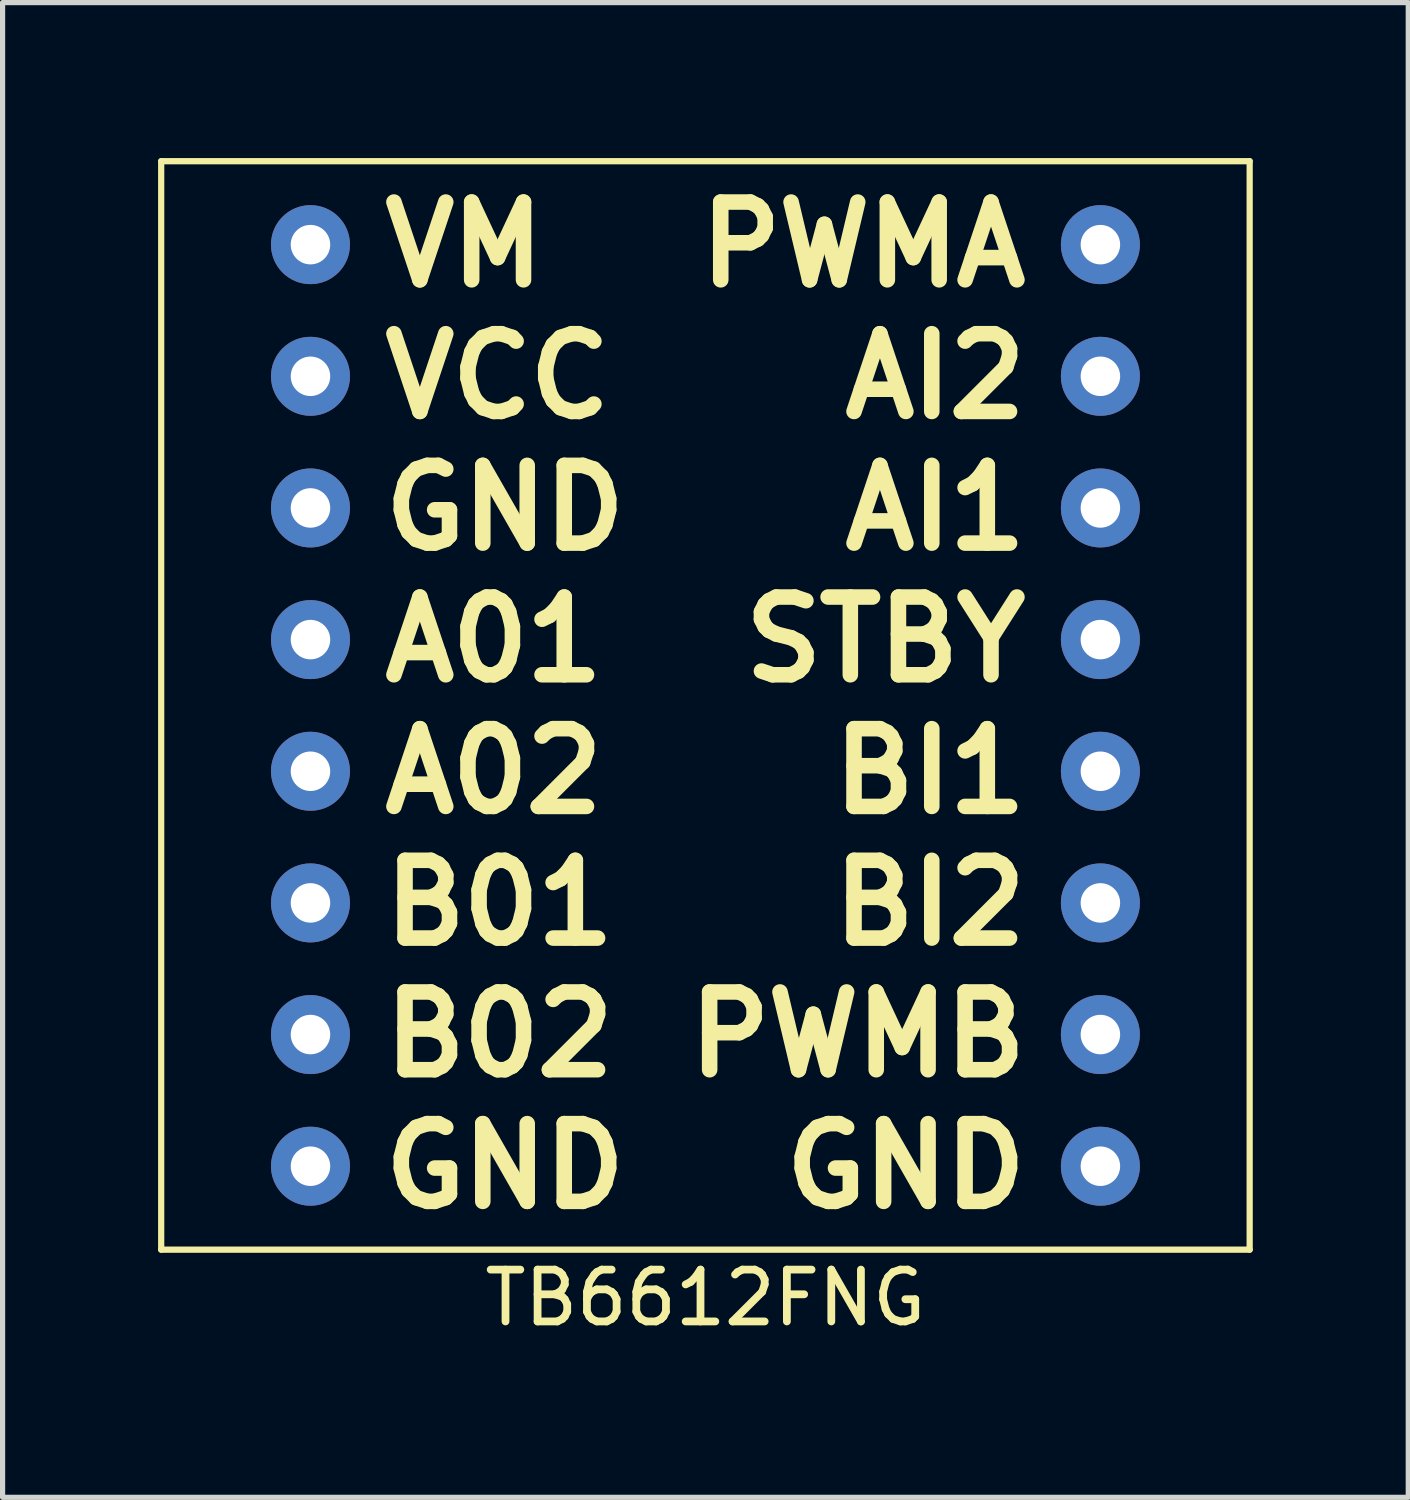
<source format=kicad_pcb>
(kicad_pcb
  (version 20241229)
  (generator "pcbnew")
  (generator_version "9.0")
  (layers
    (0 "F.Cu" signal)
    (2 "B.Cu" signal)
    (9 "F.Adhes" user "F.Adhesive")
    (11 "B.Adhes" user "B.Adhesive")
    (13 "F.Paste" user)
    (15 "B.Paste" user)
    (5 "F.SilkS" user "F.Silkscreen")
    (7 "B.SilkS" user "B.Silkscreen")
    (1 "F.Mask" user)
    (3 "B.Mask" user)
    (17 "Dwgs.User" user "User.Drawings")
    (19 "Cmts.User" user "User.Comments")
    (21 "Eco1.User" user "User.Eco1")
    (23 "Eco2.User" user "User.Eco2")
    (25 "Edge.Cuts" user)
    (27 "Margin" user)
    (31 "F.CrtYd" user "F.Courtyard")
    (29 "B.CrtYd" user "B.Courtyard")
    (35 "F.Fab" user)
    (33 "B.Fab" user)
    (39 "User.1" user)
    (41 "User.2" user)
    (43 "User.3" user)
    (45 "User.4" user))
  (footprint "TB6612FNG"
    (layer "F.Cu")
    (at 10.56 10.56)
    (property "Reference" "TB6612FNG" (at 0 11.43 0) (layer "F.SilkS") (effects (font (size 1 1) (thickness 0.15))))
    (attr through_hole)
    (fp_line (start -10.5 -10.5) (end -10.5 10.5) (stroke (width 0.12) (type solid)) (layer "F.SilkS"))
    (fp_line (start -10.5 10.5) (end 10.5 10.5) (stroke (width 0.12) (type solid)) (layer "F.SilkS"))
    (fp_line (start 10.5 -10.5) (end -10.5 -10.5) (stroke (width 0.12) (type solid)) (layer "F.SilkS"))
    (fp_line (start 10.5 10.5) (end 10.5 -10.5) (stroke (width 0.12) (type solid)) (layer "F.SilkS"))
    (fp_text user "GND" (at -6.35 8.89 0) (layer "F.SilkS") (effects (font (size 1.5 1.5) (thickness 0.3)) (justify left)))
    (fp_text user "PWMB" (at 6.35 6.35 0) (layer "F.SilkS") (effects (font (size 1.5 1.5) (thickness 0.3)) (justify right)))
    (fp_text user "VM" (at -6.35 -8.89 0) (layer "F.SilkS") (effects (font (size 1.5 1.5) (thickness 0.3)) (justify left)))
    (fp_text user "B02" (at -6.35 6.35 0) (layer "F.SilkS") (effects (font (size 1.5 1.5) (thickness 0.3)) (justify left)))
    (fp_text user "BI1" (at 6.35 1.27 0) (layer "F.SilkS") (effects (font (size 1.5 1.5) (thickness 0.3)) (justify right)))
    (fp_text user "GND" (at -6.35 -3.81 0) (layer "F.SilkS") (effects (font (size 1.5 1.5) (thickness 0.3)) (justify left)))
    (fp_text user "A02" (at -6.35 1.27 0) (layer "F.SilkS") (effects (font (size 1.5 1.5) (thickness 0.3)) (justify left)))
    (fp_text user "BI2" (at 6.35 3.81 0) (layer "F.SilkS") (effects (font (size 1.5 1.5) (thickness 0.3)) (justify right)))
    (fp_text user "VCC" (at -6.35 -6.35 0) (layer "F.SilkS") (effects (font (size 1.5 1.5) (thickness 0.3)) (justify left)))
    (fp_text user "AI1" (at 6.35 -3.81 0) (layer "F.SilkS") (effects (font (size 1.5 1.5) (thickness 0.3)) (justify right)))
    (fp_text user "B01" (at -6.35 3.81 0) (layer "F.SilkS") (effects (font (size 1.5 1.5) (thickness 0.3)) (justify left)))
    (fp_text user "GND" (at 6.35 8.89 0) (layer "F.SilkS") (effects (font (size 1.5 1.5) (thickness 0.3)) (justify right)))
    (fp_text user "A01" (at -6.35 -1.27 0) (layer "F.SilkS") (effects (font (size 1.5 1.5) (thickness 0.3)) (justify left)))
    (fp_text user "AI2" (at 6.35 -6.35 0) (layer "F.SilkS") (effects (font (size 1.5 1.5) (thickness 0.3)) (justify right)))
    (fp_text user "STBY" (at 6.35 -1.27 0) (layer "F.SilkS") (effects (font (size 1.5 1.5) (thickness 0.3)) (justify right)))
    (fp_text user "PWMA" (at 6.35 -8.89 0) (layer "F.SilkS") (effects (font (size 1.5 1.5) (thickness 0.3)) (justify right)))
    (pad "1" thru_hole circle (at -7.62 -8.89) (size 1.524 1.524) (drill 0.762) (layers "*.Cu" "*.Mask"))
    (pad "2" thru_hole circle (at -7.62 -6.35) (size 1.524 1.524) (drill 0.762) (layers "*.Cu" "*.Mask"))
    (pad "3" thru_hole circle (at -7.62 -3.81) (size 1.524 1.524) (drill 0.762) (layers "*.Cu" "*.Mask"))
    (pad "4" thru_hole circle (at -7.62 -1.27) (size 1.524 1.524) (drill 0.762) (layers "*.Cu" "*.Mask"))
    (pad "5" thru_hole circle (at -7.62 1.27) (size 1.524 1.524) (drill 0.762) (layers "*.Cu" "*.Mask"))
    (pad "6" thru_hole circle (at -7.62 3.81) (size 1.524 1.524) (drill 0.762) (layers "*.Cu" "*.Mask"))
    (pad "7" thru_hole circle (at -7.62 6.35) (size 1.524 1.524) (drill 0.762) (layers "*.Cu" "*.Mask"))
    (pad "8" thru_hole circle (at -7.62 8.89) (size 1.524 1.524) (drill 0.762) (layers "*.Cu" "*.Mask"))
    (pad "9" thru_hole circle (at 7.62 8.89) (size 1.524 1.524) (drill 0.762) (layers "*.Cu" "*.Mask"))
    (pad "10" thru_hole circle (at 7.62 6.35) (size 1.524 1.524) (drill 0.762) (layers "*.Cu" "*.Mask"))
    (pad "11" thru_hole circle (at 7.62 3.81) (size 1.524 1.524) (drill 0.762) (layers "*.Cu" "*.Mask"))
    (pad "12" thru_hole circle (at 7.62 1.27) (size 1.524 1.524) (drill 0.762) (layers "*.Cu" "*.Mask"))
    (pad "13" thru_hole circle (at 7.62 -1.27) (size 1.524 1.524) (drill 0.762) (layers "*.Cu" "*.Mask"))
    (pad "14" thru_hole circle (at 7.62 -3.81) (size 1.524 1.524) (drill 0.762) (layers "*.Cu" "*.Mask"))
    (pad "15" thru_hole circle (at 7.62 -6.35) (size 1.524 1.524) (drill 0.762) (layers "*.Cu" "*.Mask"))
    (pad "16" thru_hole circle (at 7.62 -8.89) (size 1.524 1.524) (drill 0.762) (layers "*.Cu" "*.Mask")))
  (gr_rect
    (start -3 -3)
    (end 24.12 25.838)
    (stroke (width 0.1) (type default))
    (fill no)
    (layer "Edge.Cuts")))
</source>
